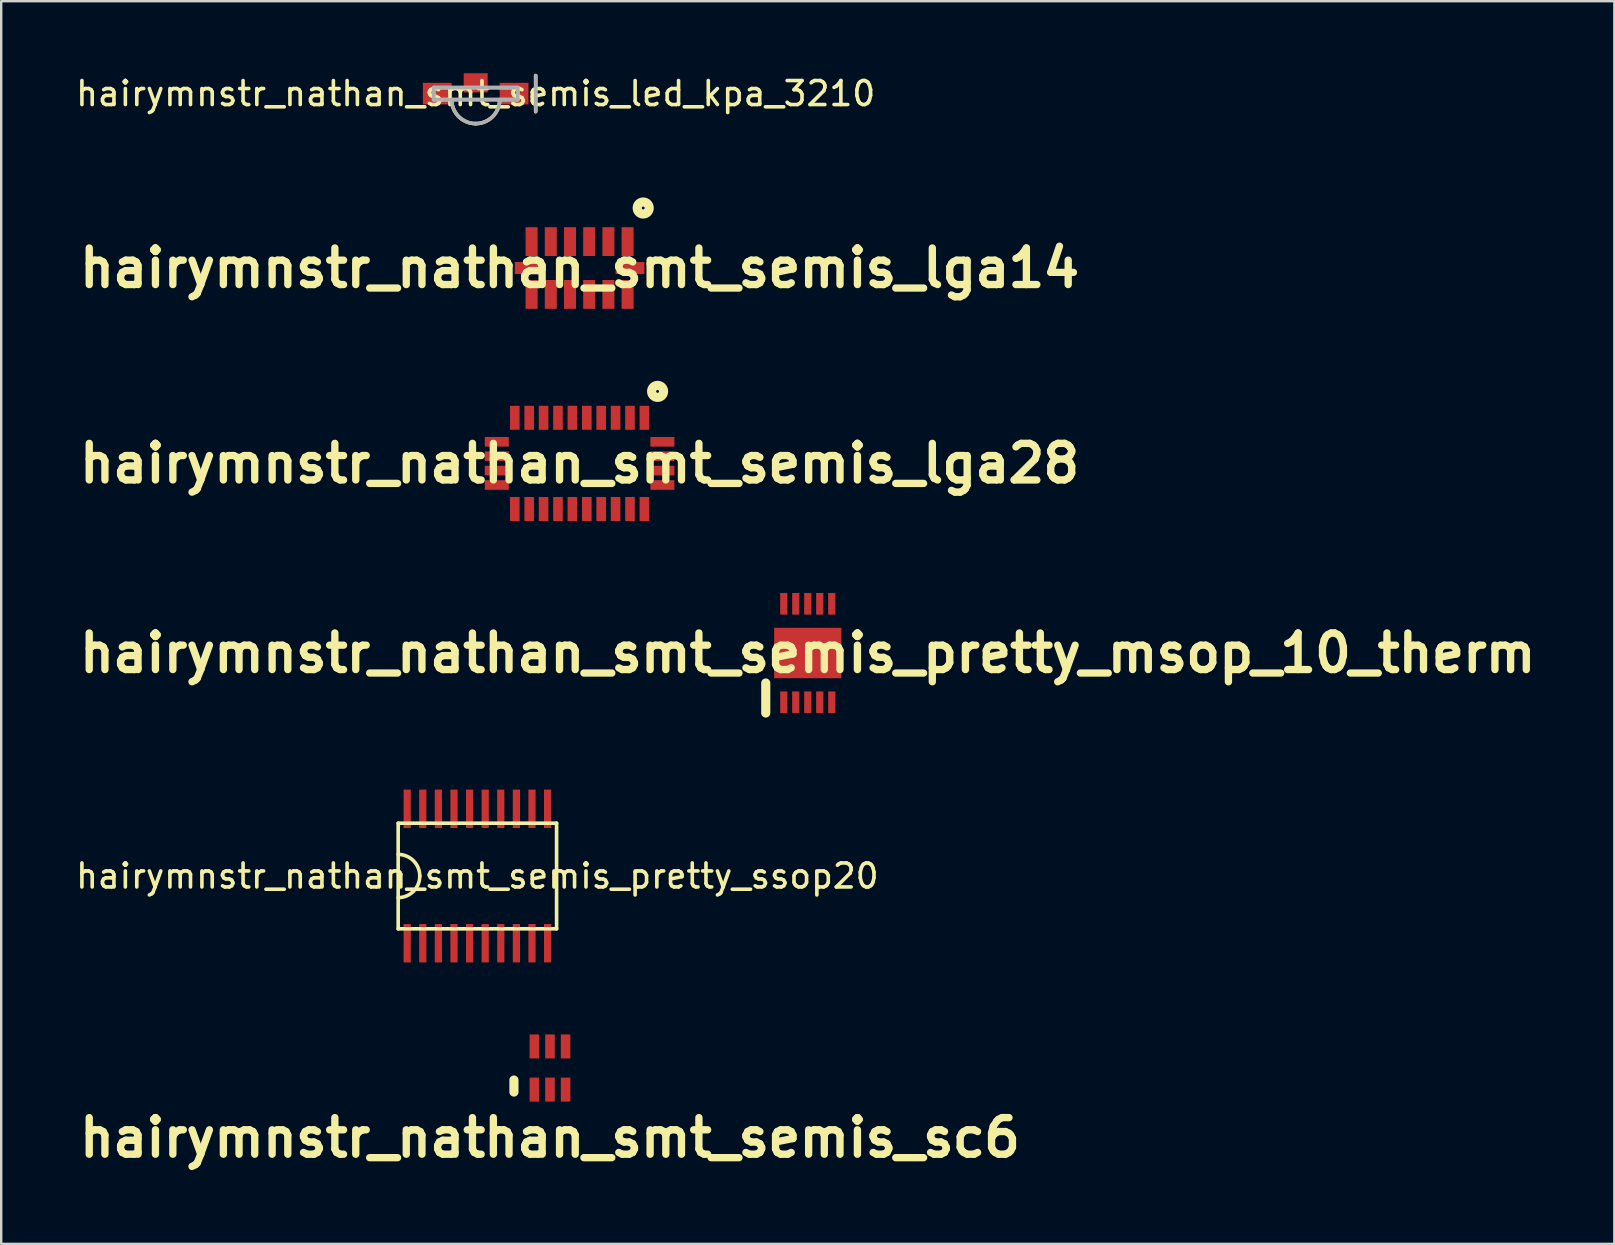
<source format=kicad_pcb>
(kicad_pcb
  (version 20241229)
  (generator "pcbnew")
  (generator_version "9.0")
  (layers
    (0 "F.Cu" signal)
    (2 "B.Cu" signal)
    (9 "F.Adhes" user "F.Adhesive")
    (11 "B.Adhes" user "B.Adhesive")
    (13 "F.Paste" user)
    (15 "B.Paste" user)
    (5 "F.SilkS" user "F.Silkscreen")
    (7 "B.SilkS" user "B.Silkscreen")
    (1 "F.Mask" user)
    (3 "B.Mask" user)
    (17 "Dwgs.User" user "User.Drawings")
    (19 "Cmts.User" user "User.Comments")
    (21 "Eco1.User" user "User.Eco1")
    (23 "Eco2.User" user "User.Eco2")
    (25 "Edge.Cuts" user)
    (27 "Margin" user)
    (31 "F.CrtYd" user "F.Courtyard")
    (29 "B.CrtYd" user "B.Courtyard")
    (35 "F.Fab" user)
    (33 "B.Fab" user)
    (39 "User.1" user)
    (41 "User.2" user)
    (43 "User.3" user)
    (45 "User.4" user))
  (footprint "hairymnstr_nathan_smt_semis_pretty_ssop20"
    (layer "F.Cu")
    (at 16.839 33.447)
    (property "Reference" "hairymnstr_nathan_smt_semis_pretty_ssop20" (at 0 0 0) (layer "F.SilkS") (effects (font (size 1 1) (thickness 0.15))))
    (attr through_hole)
    (fp_line (start -3.3 -2.2) (end 3.3 -2.2) (stroke (width 0.15) (type solid)) (layer "F.SilkS"))
    (fp_line (start -3.3 2.2) (end -3.3 -2.2) (stroke (width 0.15) (type solid)) (layer "F.SilkS"))
    (fp_line (start 3.3 -2.2) (end 3.3 2.2) (stroke (width 0.15) (type solid)) (layer "F.SilkS"))
    (fp_line (start 3.3 2.2) (end -3.3 2.2) (stroke (width 0.15) (type solid)) (layer "F.SilkS"))
    (fp_arc (start -3.3 -0.9) (mid -2.663604 -0.636396) (end -2.4 0) (stroke (width 0.15) (type solid)) (layer "F.SilkS"))
    (fp_arc (start -2.4 0) (mid -2.663604 0.636396) (end -3.3 0.9) (stroke (width 0.15) (type solid)) (layer "F.SilkS"))
    (pad "1" smd rect (at -2.925 2.8) (size 0.3 1.6) (layers "F.Cu" "F.Mask" "F.Paste"))
    (pad "2" smd rect (at -2.275 2.8) (size 0.3 1.6) (layers "F.Cu" "F.Mask" "F.Paste"))
    (pad "3" smd rect (at -1.625 2.8) (size 0.3 1.6) (layers "F.Cu" "F.Mask" "F.Paste"))
    (pad "4" smd rect (at -0.975 2.8) (size 0.3 1.6) (layers "F.Cu" "F.Mask" "F.Paste"))
    (pad "5" smd rect (at -0.325 2.8) (size 0.3 1.6) (layers "F.Cu" "F.Mask" "F.Paste"))
    (pad "6" smd rect (at 0.325 2.8) (size 0.3 1.6) (layers "F.Cu" "F.Mask" "F.Paste"))
    (pad "7" smd rect (at 0.975 2.8) (size 0.3 1.6) (layers "F.Cu" "F.Mask" "F.Paste"))
    (pad "8" smd rect (at 1.625 2.8) (size 0.3 1.6) (layers "F.Cu" "F.Mask" "F.Paste"))
    (pad "9" smd rect (at 2.275 2.8) (size 0.3 1.6) (layers "F.Cu" "F.Mask" "F.Paste"))
    (pad "10" smd rect (at 2.925 2.8) (size 0.3 1.6) (layers "F.Cu" "F.Mask" "F.Paste"))
    (pad "11" smd rect (at 2.925 -2.8) (size 0.3 1.6) (layers "F.Cu" "F.Mask" "F.Paste"))
    (pad "12" smd rect (at 2.275 -2.8) (size 0.3 1.6) (layers "F.Cu" "F.Mask" "F.Paste"))
    (pad "13" smd rect (at 1.625 -2.8) (size 0.3 1.6) (layers "F.Cu" "F.Mask" "F.Paste"))
    (pad "14" smd rect (at 0.975 -2.8) (size 0.3 1.6) (layers "F.Cu" "F.Mask" "F.Paste"))
    (pad "15" smd rect (at 0.325 -2.8) (size 0.3 1.6) (layers "F.Cu" "F.Mask" "F.Paste"))
    (pad "16" smd rect (at -0.325 -2.8) (size 0.3 1.6) (layers "F.Cu" "F.Mask" "F.Paste"))
    (pad "17" smd rect (at -0.975 -2.8) (size 0.3 1.6) (layers "F.Cu" "F.Mask" "F.Paste"))
    (pad "18" smd rect (at -1.625 -2.8) (size 0.3 1.6) (layers "F.Cu" "F.Mask" "F.Paste"))
    (pad "19" smd rect (at -2.275 -2.8) (size 0.3 1.6) (layers "F.Cu" "F.Mask" "F.Paste"))
    (pad "20" smd rect (at -2.925 -2.8) (size 0.3 1.6) (layers "F.Cu" "F.Mask" "F.Paste")))
  (footprint "hairymnstr_nathan_smt_semis_lga14"
    (layer "F.Cu")
    (at 21.097 8.116)
    (property "Reference" "hairymnstr_nathan_smt_semis_lga14" (at 0 0 0) (layer "F.SilkS") (effects (font (size 1.524 1.524) (thickness 0.305))))
    (attr smd)
    (fp_circle (center 2.65 -2.5) (end 2.65 -2.75) (stroke (width 0.381) (type solid)) (fill no) (layer "F.SilkS"))
    (pad "1" smd rect (at 2 -1.1) (size 0.5 1.2) (layers "F.Cu" "F.Mask" "F.Paste"))
    (pad "2" smd rect (at 1.2 -1.1) (size 0.5 1.2) (layers "F.Cu" "F.Mask" "F.Paste"))
    (pad "3" smd rect (at 0.4 -1.1) (size 0.5 1.2) (layers "F.Cu" "F.Mask" "F.Paste"))
    (pad "4" smd rect (at -0.4 -1.1) (size 0.5 1.2) (layers "F.Cu" "F.Mask" "F.Paste"))
    (pad "5" smd rect (at -1.2 -1.1) (size 0.5 1.2) (layers "F.Cu" "F.Mask" "F.Paste"))
    (pad "6" smd rect (at -2 -1.1) (size 0.5 1.2) (layers "F.Cu" "F.Mask" "F.Paste"))
    (pad "7" smd rect (at -2.1 0) (size 1.2 0.5) (layers "F.Cu" "F.Mask" "F.Paste"))
    (pad "8" smd rect (at -2 1.1) (size 0.5 1.2) (layers "F.Cu" "F.Mask" "F.Paste"))
    (pad "9" smd rect (at -1.2 1.1) (size 0.5 1.2) (layers "F.Cu" "F.Mask" "F.Paste"))
    (pad "10" smd rect (at -0.4 1.1) (size 0.5 1.2) (layers "F.Cu" "F.Mask" "F.Paste"))
    (pad "11" smd rect (at 0.4 1.1) (size 0.5 1.2) (layers "F.Cu" "F.Mask" "F.Paste"))
    (pad "12" smd rect (at 1.2 1.1) (size 0.5 1.2) (layers "F.Cu" "F.Mask" "F.Paste"))
    (pad "13" smd rect (at 2 1.1) (size 0.5 1.2) (layers "F.Cu" "F.Mask" "F.Paste"))
    (pad "14" smd rect (at 2.1 0) (size 1.2 0.5) (layers "F.Cu" "F.Mask" "F.Paste")))
  (footprint "hairymnstr_nathan_smt_semis_led_kpa_3210"
    (layer "F.Cu")
    (at 16.768 0.85)
    (property "Reference" "hairymnstr_nathan_smt_semis_led_kpa_3210" (at 0 0 0) (layer "F.SilkS") (effects (font (size 1 1) (thickness 0.15))))
    (attr through_hole)
    (fp_line (start -1.75 -0.25) (end -1.75 0.25) (stroke (width 0.15) (type solid)) (layer "F.SilkS"))
    (fp_line (start -1.75 0.25) (end 1.75 0.25) (stroke (width 0.15) (type solid)) (layer "F.SilkS"))
    (fp_line (start 1.75 -0.25) (end -1.75 -0.25) (stroke (width 0.15) (type solid)) (layer "F.SilkS"))
    (fp_line (start 1.75 0.25) (end 1.75 -0.25) (stroke (width 0.15) (type solid)) (layer "F.SilkS"))
    (fp_line (start 2.5 -0.75) (end 2.5 0.75) (stroke (width 0.15) (type solid)) (layer "F.SilkS"))
    (fp_arc (start 0 1.25) (mid -0.707107 0.957107) (end -1 0.25) (stroke (width 0.15) (type solid)) (layer "F.SilkS"))
    (fp_arc (start 1 0.25) (mid 0.707107 0.957107) (end 0 1.25) (stroke (width 0.15) (type solid)) (layer "F.SilkS"))
    (fp_line (start -1.75 -0.25) (end -1.75 0.25) (stroke (width 0.15) (type solid)) (layer "F.Fab"))
    (fp_line (start -1.75 0.25) (end 1.75 0.25) (stroke (width 0.15) (type solid)) (layer "F.Fab"))
    (fp_line (start 1.75 -0.25) (end -1.75 -0.25) (stroke (width 0.15) (type solid)) (layer "F.Fab"))
    (fp_line (start 1.75 0.25) (end 1.75 -0.25) (stroke (width 0.15) (type solid)) (layer "F.Fab"))
    (fp_line (start 2.5 -0.75) (end 2.5 0.75) (stroke (width 0.15) (type solid)) (layer "F.Fab"))
    (fp_arc (start 0 1.25) (mid -0.707107 0.957107) (end -1 0.25) (stroke (width 0.15) (type solid)) (layer "F.Fab"))
    (fp_arc (start 1 0.25) (mid 0.707107 0.957107) (end 0 1.25) (stroke (width 0.15) (type solid)) (layer "F.Fab"))
    (pad "" smd rect (at 0 -0.45) (size 1 0.8) (layers "F.Cu" "F.Mask" "F.Paste"))
    (pad "1" smd rect (at -1.6 0) (size 1.2 0.9) (layers "F.Cu" "F.Mask" "F.Paste"))
    (pad "2" smd rect (at 1.6 0) (size 1.2 0.9) (layers "F.Cu" "F.Mask" "F.Paste")))
  (footprint "hairymnstr_nathan_smt_semis_sc6"
    (layer "F.Cu")
    (at 19.863 41.446)
    (property "Reference" "hairymnstr_nathan_smt_semis_sc6" (at 0 2.901 0) (layer "F.SilkS") (effects (font (size 1.524 1.524) (thickness 0.305))))
    (attr smd)
    (fp_line (start -1.501 0.5) (end -1.501 1.001) (stroke (width 0.381) (type solid)) (layer "F.SilkS"))
    (pad "1" smd rect (at -0.65 0.899) (size 0.399 1.001) (layers "F.Cu" "F.Mask" "F.Paste"))
    (pad "2" smd rect (at 0 0.899) (size 0.399 1.001) (layers "F.Cu" "F.Mask" "F.Paste"))
    (pad "3" smd rect (at 0.65 0.899) (size 0.399 1.001) (layers "F.Cu" "F.Mask" "F.Paste"))
    (pad "4" smd rect (at 0.65 -0.899) (size 0.399 1.001) (layers "F.Cu" "F.Mask" "F.Paste"))
    (pad "5" smd rect (at 0 -0.899) (size 0.399 1.001) (layers "F.Cu" "F.Mask" "F.Paste"))
    (pad "6" smd rect (at -0.65 -0.899) (size 0.399 1.001) (layers "F.Cu" "F.Mask" "F.Paste")))
  (footprint "hairymnstr_nathan_smt_semis_lga28"
    (layer "F.Cu")
    (at 21.097 16.256)
    (property "Reference" "hairymnstr_nathan_smt_semis_lga28" (at 0 0 0) (layer "F.SilkS") (effects (font (size 1.524 1.524) (thickness 0.305))))
    (attr smd)
    (fp_circle (center 3.25 -3) (end 3.25 -3.25) (stroke (width 0.381) (type solid)) (fill no) (layer "F.SilkS"))
    (pad "1" smd rect (at 2.7 -1.9) (size 0.4 1) (layers "F.Cu" "F.Mask" "F.Paste"))
    (pad "2" smd rect (at 2.1 -1.9) (size 0.4 1) (layers "F.Cu" "F.Mask" "F.Paste"))
    (pad "3" smd rect (at 1.5 -1.9) (size 0.4 1) (layers "F.Cu" "F.Mask" "F.Paste"))
    (pad "4" smd rect (at 0.9 -1.9) (size 0.4 1) (layers "F.Cu" "F.Mask" "F.Paste"))
    (pad "5" smd rect (at 0.3 -1.9) (size 0.4 1) (layers "F.Cu" "F.Mask" "F.Paste"))
    (pad "6" smd rect (at -0.3 -1.9) (size 0.4 1) (layers "F.Cu" "F.Mask" "F.Paste"))
    (pad "7" smd rect (at -0.9 -1.9) (size 0.4 1) (layers "F.Cu" "F.Mask" "F.Paste"))
    (pad "8" smd rect (at -1.5 -1.9) (size 0.4 1) (layers "F.Cu" "F.Mask" "F.Paste"))
    (pad "9" smd rect (at -2.1 -1.9) (size 0.4 1) (layers "F.Cu" "F.Mask" "F.Paste"))
    (pad "10" smd rect (at -2.7 -1.9) (size 0.4 1) (layers "F.Cu" "F.Mask" "F.Paste"))
    (pad "11" smd rect (at -3.45 -0.9) (size 1 0.4) (layers "F.Cu" "F.Mask" "F.Paste"))
    (pad "12" smd rect (at -3.45 -0.3) (size 1 0.4) (layers "F.Cu" "F.Mask" "F.Paste"))
    (pad "13" smd rect (at -3.45 0.3) (size 1 0.4) (layers "F.Cu" "F.Mask" "F.Paste"))
    (pad "14" smd rect (at -3.45 0.9) (size 1 0.4) (layers "F.Cu" "F.Mask" "F.Paste"))
    (pad "15" smd rect (at -2.7 1.9) (size 0.4 1) (layers "F.Cu" "F.Mask" "F.Paste"))
    (pad "16" smd rect (at -2.1 1.9) (size 0.4 1) (layers "F.Cu" "F.Mask" "F.Paste"))
    (pad "17" smd rect (at -1.5 1.9) (size 0.4 1) (layers "F.Cu" "F.Mask" "F.Paste"))
    (pad "18" smd rect (at -0.9 1.9) (size 0.4 1) (layers "F.Cu" "F.Mask" "F.Paste"))
    (pad "19" smd rect (at -0.3 1.9) (size 0.4 1) (layers "F.Cu" "F.Mask" "F.Paste"))
    (pad "20" smd rect (at 0.3 1.9) (size 0.4 1) (layers "F.Cu" "F.Mask" "F.Paste"))
    (pad "21" smd rect (at 0.9 1.9) (size 0.4 1) (layers "F.Cu" "F.Mask" "F.Paste"))
    (pad "22" smd rect (at 1.5 1.9) (size 0.4 1) (layers "F.Cu" "F.Mask" "F.Paste"))
    (pad "23" smd rect (at 2.1 1.9) (size 0.4 1) (layers "F.Cu" "F.Mask" "F.Paste"))
    (pad "24" smd rect (at 2.7 1.9) (size 0.4 1) (layers "F.Cu" "F.Mask" "F.Paste"))
    (pad "25" smd rect (at 3.45 0.9) (size 1 0.4) (layers "F.Cu" "F.Mask" "F.Paste"))
    (pad "26" smd rect (at 3.45 0.3) (size 1 0.4) (layers "F.Cu" "F.Mask" "F.Paste"))
    (pad "27" smd rect (at 3.45 -0.3) (size 1 0.4) (layers "F.Cu" "F.Mask" "F.Paste"))
    (pad "28" smd rect (at 3.45 -0.9) (size 1 0.4) (layers "F.Cu" "F.Mask" "F.Paste")))
  (footprint "hairymnstr_nathan_smt_semis_pretty_msop_10_therm"
    (layer "F.Cu")
    (at 30.603 24.156)
    (property "Reference" "hairymnstr_nathan_smt_semis_pretty_msop_10_therm" (at 0 0 0) (layer "F.SilkS") (effects (font (size 1.524 1.524) (thickness 0.305))))
    (attr smd)
    (fp_line (start -1.75 2.5) (end -1.75 1.25) (stroke (width 0.381) (type solid)) (layer "F.SilkS"))
    (pad "1" smd rect (at -1 2.05) (size 0.3 0.9) (layers "F.Cu" "F.Mask" "F.Paste"))
    (pad "2" smd rect (at -0.5 2.05) (size 0.3 0.9) (layers "F.Cu" "F.Mask" "F.Paste"))
    (pad "3" smd rect (at 0 2.05) (size 0.3 0.9) (layers "F.Cu" "F.Mask" "F.Paste"))
    (pad "4" smd rect (at 0.5 2.05) (size 0.3 0.9) (layers "F.Cu" "F.Mask" "F.Paste"))
    (pad "5" smd rect (at 1 2.05) (size 0.3 0.9) (layers "F.Cu" "F.Mask" "F.Paste"))
    (pad "6" smd rect (at 1 -2.05) (size 0.3 0.9) (layers "F.Cu" "F.Mask" "F.Paste"))
    (pad "7" smd rect (at 0.5 -2.05) (size 0.3 0.9) (layers "F.Cu" "F.Mask" "F.Paste"))
    (pad "8" smd rect (at 0 -2.05) (size 0.3 0.9) (layers "F.Cu" "F.Mask" "F.Paste"))
    (pad "9" smd rect (at -0.5 -2.05) (size 0.3 0.9) (layers "F.Cu" "F.Mask" "F.Paste"))
    (pad "10" smd rect (at -1 -2.05) (size 0.3 0.9) (layers "F.Cu" "F.Mask" "F.Paste"))
    (pad "11" smd rect (at 0 0) (size 2.8 2.1) (layers "F.Cu" "F.Mask" "F.Paste")))
  (gr_rect
    (start -3 -3)
    (end 64.207 48.773)
    (stroke (width 0.1) (type default))
    (fill no)
    (layer "Edge.Cuts")))
</source>
